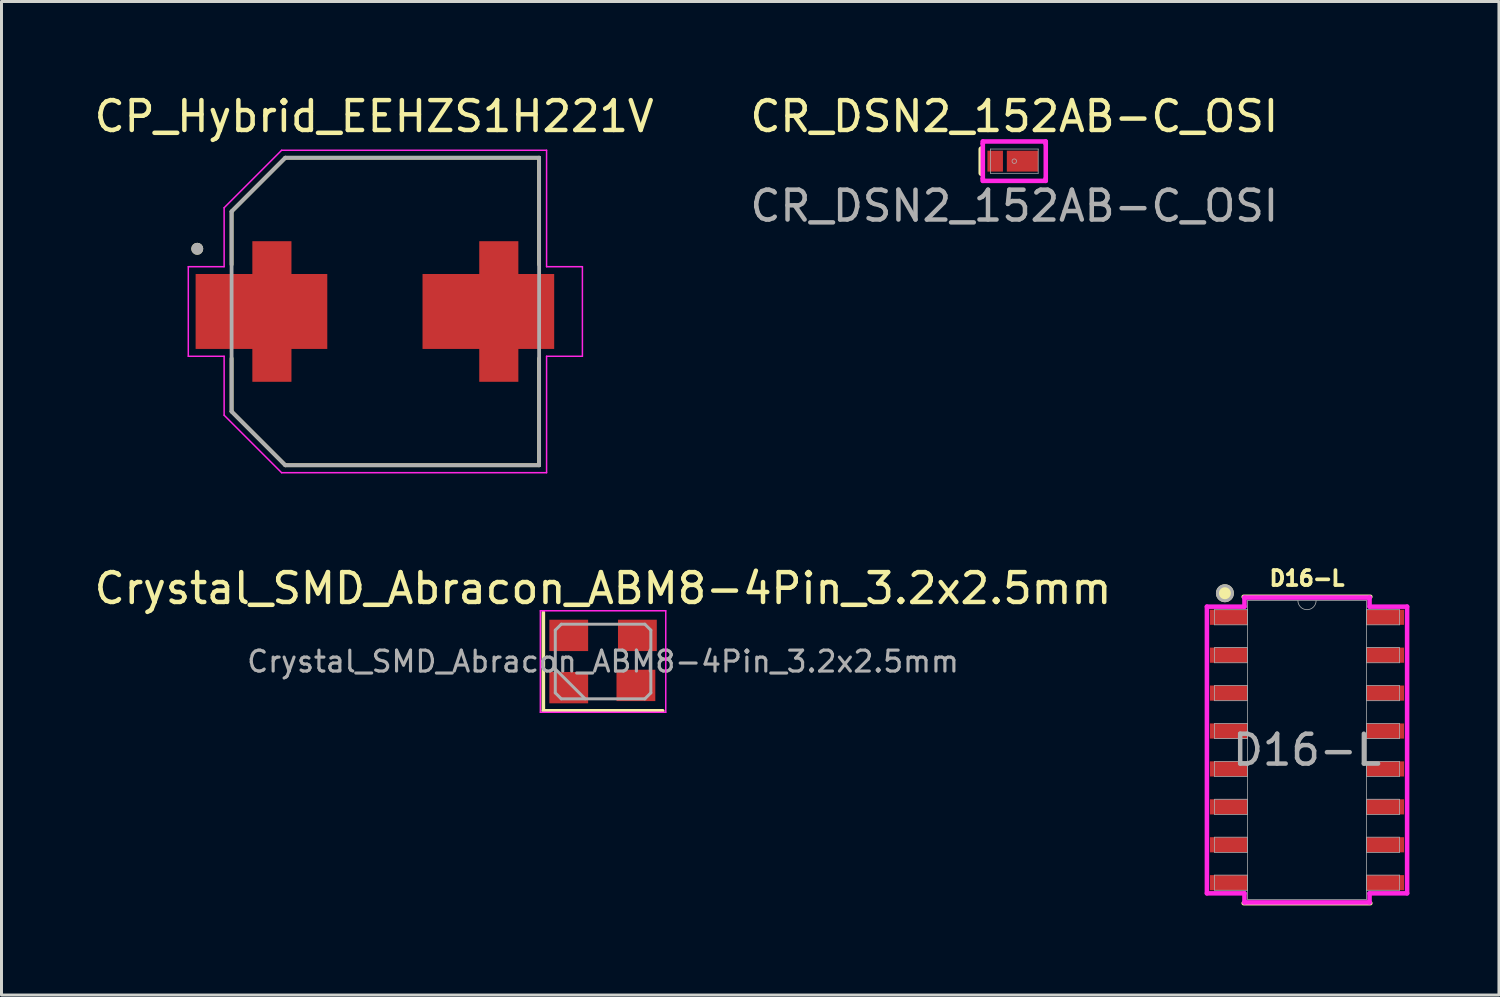
<source format=kicad_pcb>
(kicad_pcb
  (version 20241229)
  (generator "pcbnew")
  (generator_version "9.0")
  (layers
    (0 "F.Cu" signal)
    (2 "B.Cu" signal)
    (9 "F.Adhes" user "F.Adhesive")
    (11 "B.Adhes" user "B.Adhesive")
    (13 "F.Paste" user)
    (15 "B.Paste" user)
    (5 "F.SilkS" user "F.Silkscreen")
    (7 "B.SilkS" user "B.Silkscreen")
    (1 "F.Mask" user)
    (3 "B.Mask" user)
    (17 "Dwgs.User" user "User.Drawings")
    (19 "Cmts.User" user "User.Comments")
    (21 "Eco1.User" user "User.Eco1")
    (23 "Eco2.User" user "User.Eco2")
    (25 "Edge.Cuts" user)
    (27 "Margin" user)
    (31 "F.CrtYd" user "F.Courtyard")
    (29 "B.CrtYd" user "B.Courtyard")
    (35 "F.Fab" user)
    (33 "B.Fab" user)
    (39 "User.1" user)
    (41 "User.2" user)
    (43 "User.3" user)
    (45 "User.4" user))
  (footprint "CP_Hybrid_EEHZS1H221V"
    (layer "F.Cu")
    (at 9.857 7.383)
    (property "Reference" "CP_Hybrid_EEHZS1H221V" (at -0.375 -6.535 0) (layer "F.SilkS") (effects (font (size 1 1) (thickness 0.15))))
    (attr smd)
    (fp_poly (pts (xy -4.55 2.45) (xy -4.55 1.35) (xy -6.45 1.35) (xy -6.45 -1.35) (xy -4.55 -1.35) (xy -4.55 -2.45) (xy -3.05 -2.45) (xy -3.05 -1.35) (xy -1.85 -1.35) (xy -1.85 1.35) (xy -3.05 1.35) (xy -3.05 2.45)) (stroke (width 0.01) (type solid)) (fill yes) (layer "F.Mask"))
    (fp_poly (pts (xy 4.55 2.45) (xy 4.55 1.35) (xy 6.45 1.35) (xy 6.45 -1.35) (xy 4.55 -1.35) (xy 4.55 -2.45) (xy 3.05 -2.45) (xy 3.05 -1.35) (xy 1.85 -1.35) (xy 1.85 1.35) (xy 3.05 1.35) (xy 3.05 2.45)) (stroke (width 0.01) (type solid)) (fill yes) (layer "F.Mask"))
    (fp_line (start -5.15 -3.35) (end -5.15 -1.57) (stroke (width 0.127) (type solid)) (layer "F.SilkS"))
    (fp_line (start -5.15 1.57) (end -5.15 3.35) (stroke (width 0.127) (type solid)) (layer "F.SilkS"))
    (fp_line (start -5.15 3.35) (end -3.35 5.15) (stroke (width 0.127) (type solid)) (layer "F.SilkS"))
    (fp_line (start -3.35 -5.15) (end -5.15 -3.35) (stroke (width 0.127) (type solid)) (layer "F.SilkS"))
    (fp_line (start -3.35 5.15) (end 5.15 5.15) (stroke (width 0.127) (type solid)) (layer "F.SilkS"))
    (fp_line (start 5.15 -5.15) (end -3.35 -5.15) (stroke (width 0.127) (type solid)) (layer "F.SilkS"))
    (fp_line (start 5.15 -1.57) (end 5.15 -5.15) (stroke (width 0.127) (type solid)) (layer "F.SilkS"))
    (fp_line (start 5.15 5.15) (end 5.15 1.57) (stroke (width 0.127) (type solid)) (layer "F.SilkS"))
    (fp_circle (center -6.3 -2.1) (end -6.2 -2.1) (stroke (width 0.2) (type solid)) (fill no) (layer "F.SilkS"))
    (fp_poly (pts (xy -4.45 2.35) (xy -4.45 1.25) (xy -6.35 1.25) (xy -6.35 -1.25) (xy -4.45 -1.25) (xy -4.45 -2.35) (xy -3.15 -2.35) (xy -3.15 -1.25) (xy -1.95 -1.25) (xy -1.95 1.25) (xy -3.15 1.25) (xy -3.15 2.35)) (stroke (width 0.01) (type solid)) (fill yes) (layer "F.Paste"))
    (fp_poly (pts (xy 4.45 2.35) (xy 4.45 1.25) (xy 6.35 1.25) (xy 6.35 -1.25) (xy 4.45 -1.25) (xy 4.45 -2.35) (xy 3.15 -2.35) (xy 3.15 -1.25) (xy 1.95 -1.25) (xy 1.95 1.25) (xy 3.15 1.25) (xy 3.15 2.35)) (stroke (width 0.01) (type solid)) (fill yes) (layer "F.Paste"))
    (fp_line (start -6.6 -1.5) (end -5.4 -1.5) (stroke (width 0.05) (type solid)) (layer "F.CrtYd"))
    (fp_line (start -6.6 1.5) (end -6.6 -1.5) (stroke (width 0.05) (type solid)) (layer "F.CrtYd"))
    (fp_line (start -5.4 -3.475) (end -3.475 -5.4) (stroke (width 0.05) (type solid)) (layer "F.CrtYd"))
    (fp_line (start -5.4 -1.5) (end -5.4 -3.475) (stroke (width 0.05) (type solid)) (layer "F.CrtYd"))
    (fp_line (start -5.4 1.5) (end -6.6 1.5) (stroke (width 0.05) (type solid)) (layer "F.CrtYd"))
    (fp_line (start -5.4 3.475) (end -5.4 1.5) (stroke (width 0.05) (type solid)) (layer "F.CrtYd"))
    (fp_line (start -3.475 -5.4) (end 5.4 -5.4) (stroke (width 0.05) (type solid)) (layer "F.CrtYd"))
    (fp_line (start -3.475 5.4) (end -5.4 3.475) (stroke (width 0.05) (type solid)) (layer "F.CrtYd"))
    (fp_line (start 5.4 -5.4) (end 5.4 -1.5) (stroke (width 0.05) (type solid)) (layer "F.CrtYd"))
    (fp_line (start 5.4 -1.5) (end 6.6 -1.5) (stroke (width 0.05) (type solid)) (layer "F.CrtYd"))
    (fp_line (start 5.4 1.5) (end 5.4 5.4) (stroke (width 0.05) (type solid)) (layer "F.CrtYd"))
    (fp_line (start 5.4 5.4) (end -3.475 5.4) (stroke (width 0.05) (type solid)) (layer "F.CrtYd"))
    (fp_line (start 6.6 -1.5) (end 6.6 1.5) (stroke (width 0.05) (type solid)) (layer "F.CrtYd"))
    (fp_line (start 6.6 1.5) (end 5.4 1.5) (stroke (width 0.05) (type solid)) (layer "F.CrtYd"))
    (fp_line (start -5.15 -3.35) (end -5.15 3.35) (stroke (width 0.127) (type solid)) (layer "F.Fab"))
    (fp_line (start -5.15 3.35) (end -3.35 5.15) (stroke (width 0.127) (type solid)) (layer "F.Fab"))
    (fp_line (start -3.35 -5.15) (end -5.15 -3.35) (stroke (width 0.127) (type solid)) (layer "F.Fab"))
    (fp_line (start -3.35 5.15) (end 5.15 5.15) (stroke (width 0.127) (type solid)) (layer "F.Fab"))
    (fp_line (start 5.15 -5.15) (end -3.35 -5.15) (stroke (width 0.127) (type solid)) (layer "F.Fab"))
    (fp_line (start 5.15 5.15) (end 5.15 -5.15) (stroke (width 0.127) (type solid)) (layer "F.Fab"))
    (fp_circle (center -6.3 -2.1) (end -6.2 -2.1) (stroke (width 0.2) (type solid)) (fill no) (layer "F.Fab"))
    (pad "1" smd custom (at -3.8 0) (size 2 2) (layers "F.Cu") (options (anchor rect)) (primitives (gr_poly (pts (xy -0.65 2.35) (xy -0.65 1.25) (xy -2.55 1.25) (xy -2.55 -1.25) (xy -0.65 -1.25) (xy -0.65 -2.35) (xy 0.65 -2.35) (xy 0.65 -1.25) (xy 1.85 -1.25) (xy 1.85 1.25) (xy 0.65 1.25) (xy 0.65 2.35)) (width 0.01) (fill yes))))
    (pad "2" smd custom (at 3.8 0 180) (size 2 2) (layers "F.Cu") (options (anchor rect)) (primitives (gr_poly (pts (xy 0.65 2.35) (xy 0.65 1.25) (xy 2.55 1.25) (xy 2.55 -1.25) (xy 0.65 -1.25) (xy 0.65 -2.35) (xy -0.65 -2.35) (xy -0.65 -1.25) (xy -1.85 -1.25) (xy -1.85 1.25) (xy -0.65 1.25) (xy -0.65 2.35)) (width 0.01) (fill yes)))))
  (footprint "CR_DSN2_152AB-C_OSI"
    (layer "F.Cu")
    (at 30.923 2.348)
    (property "Reference" "CR_DSN2_152AB-C_OSI" (at 0 -1.5 0) (unlocked yes) (layer "F.SilkS") (effects (font (size 1 1) (thickness 0.15))))
    (attr smd)
    (fp_line (start -1.1 -0.4) (end -1.1 0.4) (stroke (width 0.2) (type default)) (layer "F.SilkS"))
    (fp_line (start -1.054 -0.66) (end 1.054 -0.66) (stroke (width 0.152) (type solid)) (layer "F.CrtYd"))
    (fp_line (start -1.054 -0.584) (end -1.054 -0.66) (stroke (width 0.152) (type solid)) (layer "F.CrtYd"))
    (fp_line (start -1.054 -0.584) (end -1.054 -0.584) (stroke (width 0.152) (type solid)) (layer "F.CrtYd"))
    (fp_line (start -1.054 0.584) (end -1.054 -0.584) (stroke (width 0.152) (type solid)) (layer "F.CrtYd"))
    (fp_line (start -1.054 0.584) (end -1.054 0.584) (stroke (width 0.152) (type solid)) (layer "F.CrtYd"))
    (fp_line (start -1.054 0.66) (end -1.054 0.584) (stroke (width 0.152) (type solid)) (layer "F.CrtYd"))
    (fp_line (start 1.054 -0.66) (end 1.054 -0.584) (stroke (width 0.152) (type solid)) (layer "F.CrtYd"))
    (fp_line (start 1.054 -0.584) (end 1.054 -0.584) (stroke (width 0.152) (type solid)) (layer "F.CrtYd"))
    (fp_line (start 1.054 -0.584) (end 1.054 0.584) (stroke (width 0.152) (type solid)) (layer "F.CrtYd"))
    (fp_line (start 1.054 0.584) (end 1.054 0.584) (stroke (width 0.152) (type solid)) (layer "F.CrtYd"))
    (fp_line (start 1.054 0.584) (end 1.054 0.66) (stroke (width 0.152) (type solid)) (layer "F.CrtYd"))
    (fp_line (start 1.054 0.66) (end -1.054 0.66) (stroke (width 0.152) (type solid)) (layer "F.CrtYd"))
    (fp_line (start -0.8 -0.406) (end -0.8 0.406) (stroke (width 0.025) (type solid)) (layer "F.Fab"))
    (fp_line (start -0.8 0.406) (end 0.8 0.406) (stroke (width 0.025) (type solid)) (layer "F.Fab"))
    (fp_line (start 0.8 -0.406) (end -0.8 -0.406) (stroke (width 0.025) (type solid)) (layer "F.Fab"))
    (fp_line (start 0.8 0.406) (end 0.8 -0.406) (stroke (width 0.025) (type solid)) (layer "F.Fab"))
    (fp_circle (center 0 0) (end 0.076 0) (stroke (width 0.025) (type solid)) (fill no) (layer "F.Fab"))
    (fp_text user "${REFERENCE}" (at 0 1.5 0) (unlocked yes) (layer "F.Fab") (effects (font (size 1 1) (thickness 0.15))))
    (pad "1" smd rect (at -0.64 0) (size 0.52 0.7) (layers "F.Cu" "F.Mask" "F.Paste"))
    (pad "2" smd rect (at 0.275 0) (size 1.05 0.7) (layers "F.Cu" "F.Mask" "F.Paste")))
  (footprint "Crystal_SMD_Abracon_ABM8-4Pin_3.2x2.5mm"
    (layer "F.Cu")
    (at 17.149 19.107)
    (property "Reference" "Crystal_SMD_Abracon_ABM8-4Pin_3.2x2.5mm" (at 0 -2.45 0) (layer "F.SilkS") (effects (font (size 1 1) (thickness 0.15))))
    (attr smd)
    (fp_line (start -2 -1.65) (end -2 1.65) (stroke (width 0.12) (type solid)) (layer "F.SilkS"))
    (fp_line (start -2 1.65) (end 2 1.65) (stroke (width 0.12) (type solid)) (layer "F.SilkS"))
    (fp_line (start -2.1 -1.7) (end -2.1 1.7) (stroke (width 0.05) (type solid)) (layer "F.CrtYd"))
    (fp_line (start -2.1 1.7) (end 2.1 1.7) (stroke (width 0.05) (type solid)) (layer "F.CrtYd"))
    (fp_line (start 2.1 -1.7) (end -2.1 -1.7) (stroke (width 0.05) (type solid)) (layer "F.CrtYd"))
    (fp_line (start 2.1 1.7) (end 2.1 -1.7) (stroke (width 0.05) (type solid)) (layer "F.CrtYd"))
    (fp_line (start -1.6 -1.05) (end -1.4 -1.25) (stroke (width 0.1) (type solid)) (layer "F.Fab"))
    (fp_line (start -1.6 0.25) (end -0.6 1.25) (stroke (width 0.1) (type solid)) (layer "F.Fab"))
    (fp_line (start -1.6 1.05) (end -1.6 -1.05) (stroke (width 0.1) (type solid)) (layer "F.Fab"))
    (fp_line (start -1.4 -1.25) (end 1.4 -1.25) (stroke (width 0.1) (type solid)) (layer "F.Fab"))
    (fp_line (start -1.4 1.25) (end -1.6 1.05) (stroke (width 0.1) (type solid)) (layer "F.Fab"))
    (fp_line (start 1.4 -1.25) (end 1.6 -1.05) (stroke (width 0.1) (type solid)) (layer "F.Fab"))
    (fp_line (start 1.4 1.25) (end -1.4 1.25) (stroke (width 0.1) (type solid)) (layer "F.Fab"))
    (fp_line (start 1.6 -1.05) (end 1.6 1.05) (stroke (width 0.1) (type solid)) (layer "F.Fab"))
    (fp_line (start 1.6 1.05) (end 1.4 1.25) (stroke (width 0.1) (type solid)) (layer "F.Fab"))
    (fp_text user "${REFERENCE}" (at 0 0 0) (layer "F.Fab") (effects (font (size 0.7 0.7) (thickness 0.105))))
    (pad "1" smd rect (at -1.15 0.875) (size 1.3 1.05) (layers "F.Cu" "F.Mask" "F.Paste"))
    (pad "2" smd rect (at 1.1 0.8) (size 1.3 1.05) (layers "F.Cu" "F.Mask" "F.Paste"))
    (pad "3" smd rect (at 1.15 -0.875) (size 1.3 1.05) (layers "F.Cu" "F.Mask" "F.Paste"))
    (pad "4" smd rect (at -1.15 -0.875) (size 1.3 1.05) (layers "F.Cu" "F.Mask" "F.Paste")))
  (footprint "D16-L"
    (layer "F.Cu")
    (at 40.727 22.07)
    (property "Reference" "D16-L" (at 0 -5.75 0) (unlocked yes) (layer "F.SilkS") (effects (font (size 0.5 0.5) (thickness 0.125) (bold yes))))
    (attr smd)
    (fp_line (start -2.121 5.131) (end 2.121 5.131) (stroke (width 0.152) (type solid)) (layer "F.SilkS"))
    (fp_line (start 2.121 -5.131) (end -2.121 -5.131) (stroke (width 0.152) (type solid)) (layer "F.SilkS"))
    (fp_circle (center -2.75 -5.25) (end -2.5 -5.25) (stroke (width 0.1) (type solid)) (fill yes) (layer "F.SilkS"))
    (fp_line (start -3.353 -4.801) (end -2.095 -4.801) (stroke (width 0.152) (type solid)) (layer "F.CrtYd"))
    (fp_line (start -3.353 4.801) (end -3.353 -4.801) (stroke (width 0.152) (type solid)) (layer "F.CrtYd"))
    (fp_line (start -3.353 4.801) (end -2.095 4.801) (stroke (width 0.152) (type solid)) (layer "F.CrtYd"))
    (fp_line (start -2.095 -5.105) (end 2.095 -5.105) (stroke (width 0.152) (type solid)) (layer "F.CrtYd"))
    (fp_line (start -2.095 -4.801) (end -2.095 -5.105) (stroke (width 0.152) (type solid)) (layer "F.CrtYd"))
    (fp_line (start -2.095 5.105) (end -2.095 4.801) (stroke (width 0.152) (type solid)) (layer "F.CrtYd"))
    (fp_line (start 2.095 -5.105) (end 2.095 -4.801) (stroke (width 0.152) (type solid)) (layer "F.CrtYd"))
    (fp_line (start 2.095 4.801) (end 2.095 5.105) (stroke (width 0.152) (type solid)) (layer "F.CrtYd"))
    (fp_line (start 2.095 5.105) (end -2.095 5.105) (stroke (width 0.152) (type solid)) (layer "F.CrtYd"))
    (fp_line (start 3.353 -4.801) (end 2.095 -4.801) (stroke (width 0.152) (type solid)) (layer "F.CrtYd"))
    (fp_line (start 3.353 -4.801) (end 3.353 4.801) (stroke (width 0.152) (type solid)) (layer "F.CrtYd"))
    (fp_line (start 3.353 4.801) (end 2.095 4.801) (stroke (width 0.152) (type solid)) (layer "F.CrtYd"))
    (fp_line (start -3.099 -4.699) (end -3.099 -4.191) (stroke (width 0.025) (type solid)) (layer "F.Fab"))
    (fp_line (start -3.099 -4.191) (end -1.994 -4.191) (stroke (width 0.025) (type solid)) (layer "F.Fab"))
    (fp_line (start -3.099 -3.429) (end -3.099 -2.921) (stroke (width 0.025) (type solid)) (layer "F.Fab"))
    (fp_line (start -3.099 -2.921) (end -1.994 -2.921) (stroke (width 0.025) (type solid)) (layer "F.Fab"))
    (fp_line (start -3.099 -2.159) (end -3.099 -1.651) (stroke (width 0.025) (type solid)) (layer "F.Fab"))
    (fp_line (start -3.099 -1.651) (end -1.994 -1.651) (stroke (width 0.025) (type solid)) (layer "F.Fab"))
    (fp_line (start -3.099 -0.889) (end -3.099 -0.381) (stroke (width 0.025) (type solid)) (layer "F.Fab"))
    (fp_line (start -3.099 -0.381) (end -1.994 -0.381) (stroke (width 0.025) (type solid)) (layer "F.Fab"))
    (fp_line (start -3.099 0.381) (end -3.099 0.889) (stroke (width 0.025) (type solid)) (layer "F.Fab"))
    (fp_line (start -3.099 0.889) (end -1.994 0.889) (stroke (width 0.025) (type solid)) (layer "F.Fab"))
    (fp_line (start -3.099 1.651) (end -3.099 2.159) (stroke (width 0.025) (type solid)) (layer "F.Fab"))
    (fp_line (start -3.099 2.159) (end -1.994 2.159) (stroke (width 0.025) (type solid)) (layer "F.Fab"))
    (fp_line (start -3.099 2.921) (end -3.099 3.429) (stroke (width 0.025) (type solid)) (layer "F.Fab"))
    (fp_line (start -3.099 3.429) (end -1.994 3.429) (stroke (width 0.025) (type solid)) (layer "F.Fab"))
    (fp_line (start -3.099 4.191) (end -3.099 4.699) (stroke (width 0.025) (type solid)) (layer "F.Fab"))
    (fp_line (start -3.099 4.699) (end -1.994 4.699) (stroke (width 0.025) (type solid)) (layer "F.Fab"))
    (fp_line (start -1.994 -5.004) (end -1.994 5.004) (stroke (width 0.025) (type solid)) (layer "F.Fab"))
    (fp_line (start -1.994 -4.699) (end -3.099 -4.699) (stroke (width 0.025) (type solid)) (layer "F.Fab"))
    (fp_line (start -1.994 -4.191) (end -1.994 -4.699) (stroke (width 0.025) (type solid)) (layer "F.Fab"))
    (fp_line (start -1.994 -3.429) (end -3.099 -3.429) (stroke (width 0.025) (type solid)) (layer "F.Fab"))
    (fp_line (start -1.994 -2.921) (end -1.994 -3.429) (stroke (width 0.025) (type solid)) (layer "F.Fab"))
    (fp_line (start -1.994 -2.159) (end -3.099 -2.159) (stroke (width 0.025) (type solid)) (layer "F.Fab"))
    (fp_line (start -1.994 -1.651) (end -1.994 -2.159) (stroke (width 0.025) (type solid)) (layer "F.Fab"))
    (fp_line (start -1.994 -0.889) (end -3.099 -0.889) (stroke (width 0.025) (type solid)) (layer "F.Fab"))
    (fp_line (start -1.994 -0.381) (end -1.994 -0.889) (stroke (width 0.025) (type solid)) (layer "F.Fab"))
    (fp_line (start -1.994 0.381) (end -3.099 0.381) (stroke (width 0.025) (type solid)) (layer "F.Fab"))
    (fp_line (start -1.994 0.889) (end -1.994 0.381) (stroke (width 0.025) (type solid)) (layer "F.Fab"))
    (fp_line (start -1.994 1.651) (end -3.099 1.651) (stroke (width 0.025) (type solid)) (layer "F.Fab"))
    (fp_line (start -1.994 2.159) (end -1.994 1.651) (stroke (width 0.025) (type solid)) (layer "F.Fab"))
    (fp_line (start -1.994 2.921) (end -3.099 2.921) (stroke (width 0.025) (type solid)) (layer "F.Fab"))
    (fp_line (start -1.994 3.429) (end -1.994 2.921) (stroke (width 0.025) (type solid)) (layer "F.Fab"))
    (fp_line (start -1.994 4.191) (end -3.099 4.191) (stroke (width 0.025) (type solid)) (layer "F.Fab"))
    (fp_line (start -1.994 4.699) (end -1.994 4.191) (stroke (width 0.025) (type solid)) (layer "F.Fab"))
    (fp_line (start -1.994 5.004) (end 1.994 5.004) (stroke (width 0.025) (type solid)) (layer "F.Fab"))
    (fp_line (start 1.994 -5.004) (end -1.994 -5.004) (stroke (width 0.025) (type solid)) (layer "F.Fab"))
    (fp_line (start 1.994 -4.699) (end 1.994 -4.191) (stroke (width 0.025) (type solid)) (layer "F.Fab"))
    (fp_line (start 1.994 -4.191) (end 3.099 -4.191) (stroke (width 0.025) (type solid)) (layer "F.Fab"))
    (fp_line (start 1.994 -3.429) (end 1.994 -2.921) (stroke (width 0.025) (type solid)) (layer "F.Fab"))
    (fp_line (start 1.994 -2.921) (end 3.099 -2.921) (stroke (width 0.025) (type solid)) (layer "F.Fab"))
    (fp_line (start 1.994 -2.159) (end 1.994 -1.651) (stroke (width 0.025) (type solid)) (layer "F.Fab"))
    (fp_line (start 1.994 -1.651) (end 3.099 -1.651) (stroke (width 0.025) (type solid)) (layer "F.Fab"))
    (fp_line (start 1.994 -0.889) (end 1.994 -0.381) (stroke (width 0.025) (type solid)) (layer "F.Fab"))
    (fp_line (start 1.994 -0.381) (end 3.099 -0.381) (stroke (width 0.025) (type solid)) (layer "F.Fab"))
    (fp_line (start 1.994 0.381) (end 1.994 0.889) (stroke (width 0.025) (type solid)) (layer "F.Fab"))
    (fp_line (start 1.994 0.889) (end 3.099 0.889) (stroke (width 0.025) (type solid)) (layer "F.Fab"))
    (fp_line (start 1.994 1.651) (end 1.994 2.159) (stroke (width 0.025) (type solid)) (layer "F.Fab"))
    (fp_line (start 1.994 2.159) (end 3.099 2.159) (stroke (width 0.025) (type solid)) (layer "F.Fab"))
    (fp_line (start 1.994 2.921) (end 1.994 3.429) (stroke (width 0.025) (type solid)) (layer "F.Fab"))
    (fp_line (start 1.994 3.429) (end 3.099 3.429) (stroke (width 0.025) (type solid)) (layer "F.Fab"))
    (fp_line (start 1.994 4.191) (end 1.994 4.699) (stroke (width 0.025) (type solid)) (layer "F.Fab"))
    (fp_line (start 1.994 4.699) (end 3.099 4.699) (stroke (width 0.025) (type solid)) (layer "F.Fab"))
    (fp_line (start 1.994 5.004) (end 1.994 -5.004) (stroke (width 0.025) (type solid)) (layer "F.Fab"))
    (fp_line (start 3.099 -4.699) (end 1.994 -4.699) (stroke (width 0.025) (type solid)) (layer "F.Fab"))
    (fp_line (start 3.099 -4.191) (end 3.099 -4.699) (stroke (width 0.025) (type solid)) (layer "F.Fab"))
    (fp_line (start 3.099 -3.429) (end 1.994 -3.429) (stroke (width 0.025) (type solid)) (layer "F.Fab"))
    (fp_line (start 3.099 -2.921) (end 3.099 -3.429) (stroke (width 0.025) (type solid)) (layer "F.Fab"))
    (fp_line (start 3.099 -2.159) (end 1.994 -2.159) (stroke (width 0.025) (type solid)) (layer "F.Fab"))
    (fp_line (start 3.099 -1.651) (end 3.099 -2.159) (stroke (width 0.025) (type solid)) (layer "F.Fab"))
    (fp_line (start 3.099 -0.889) (end 1.994 -0.889) (stroke (width 0.025) (type solid)) (layer "F.Fab"))
    (fp_line (start 3.099 -0.381) (end 3.099 -0.889) (stroke (width 0.025) (type solid)) (layer "F.Fab"))
    (fp_line (start 3.099 0.381) (end 1.994 0.381) (stroke (width 0.025) (type solid)) (layer "F.Fab"))
    (fp_line (start 3.099 0.889) (end 3.099 0.381) (stroke (width 0.025) (type solid)) (layer "F.Fab"))
    (fp_line (start 3.099 1.651) (end 1.994 1.651) (stroke (width 0.025) (type solid)) (layer "F.Fab"))
    (fp_line (start 3.099 2.159) (end 3.099 1.651) (stroke (width 0.025) (type solid)) (layer "F.Fab"))
    (fp_line (start 3.099 2.921) (end 1.994 2.921) (stroke (width 0.025) (type solid)) (layer "F.Fab"))
    (fp_line (start 3.099 3.429) (end 3.099 2.921) (stroke (width 0.025) (type solid)) (layer "F.Fab"))
    (fp_line (start 3.099 4.191) (end 1.994 4.191) (stroke (width 0.025) (type solid)) (layer "F.Fab"))
    (fp_line (start 3.099 4.699) (end 3.099 4.191) (stroke (width 0.025) (type solid)) (layer "F.Fab"))
    (fp_arc (start 0.3048 -5.0038) (mid 0 -4.699) (end -0.3048 -5.0038) (stroke (width 0.0254) (type solid)) (layer "F.Fab"))
    (fp_circle (center -2.75 -5.25) (end -2.5 -5.25) (stroke (width 0.1) (type solid)) (fill no) (layer "F.Fab"))
    (fp_text user "${REFERENCE}" (at 0 0 0) (unlocked yes) (layer "F.Fab") (effects (font (size 1 1) (thickness 0.15))))
    (pad "1" smd rect (at -2.623 -4.445) (size 1.257 0.508) (layers "F.Cu" "F.Mask" "F.Paste"))
    (pad "2" smd rect (at -2.623 -3.175) (size 1.257 0.508) (layers "F.Cu" "F.Mask" "F.Paste"))
    (pad "3" smd rect (at -2.623 -1.905) (size 1.257 0.508) (layers "F.Cu" "F.Mask" "F.Paste"))
    (pad "4" smd rect (at -2.623 -0.635) (size 1.257 0.508) (layers "F.Cu" "F.Mask" "F.Paste"))
    (pad "5" smd rect (at -2.623 0.635) (size 1.257 0.508) (layers "F.Cu" "F.Mask" "F.Paste"))
    (pad "6" smd rect (at -2.623 1.905) (size 1.257 0.508) (layers "F.Cu" "F.Mask" "F.Paste"))
    (pad "7" smd rect (at -2.623 3.175) (size 1.257 0.508) (layers "F.Cu" "F.Mask" "F.Paste"))
    (pad "8" smd rect (at -2.623 4.445) (size 1.257 0.508) (layers "F.Cu" "F.Mask" "F.Paste"))
    (pad "9" smd rect (at 2.623 4.445) (size 1.257 0.508) (layers "F.Cu" "F.Mask" "F.Paste"))
    (pad "10" smd rect (at 2.623 3.175) (size 1.257 0.508) (layers "F.Cu" "F.Mask" "F.Paste"))
    (pad "11" smd rect (at 2.623 1.905) (size 1.257 0.508) (layers "F.Cu" "F.Mask" "F.Paste"))
    (pad "12" smd rect (at 2.623 0.635) (size 1.257 0.508) (layers "F.Cu" "F.Mask" "F.Paste"))
    (pad "13" smd rect (at 2.623 -0.635) (size 1.257 0.508) (layers "F.Cu" "F.Mask" "F.Paste"))
    (pad "14" smd rect (at 2.623 -1.905) (size 1.257 0.508) (layers "F.Cu" "F.Mask" "F.Paste"))
    (pad "15" smd rect (at 2.623 -3.175) (size 1.257 0.508) (layers "F.Cu" "F.Mask" "F.Paste"))
    (pad "16" smd rect (at 2.623 -4.445) (size 1.257 0.508) (layers "F.Cu" "F.Mask" "F.Paste")))
  (gr_rect
    (start -3 -3)
    (end 47.156 30.277)
    (stroke (width 0.1) (type default))
    (fill no)
    (layer "Edge.Cuts")))
</source>
